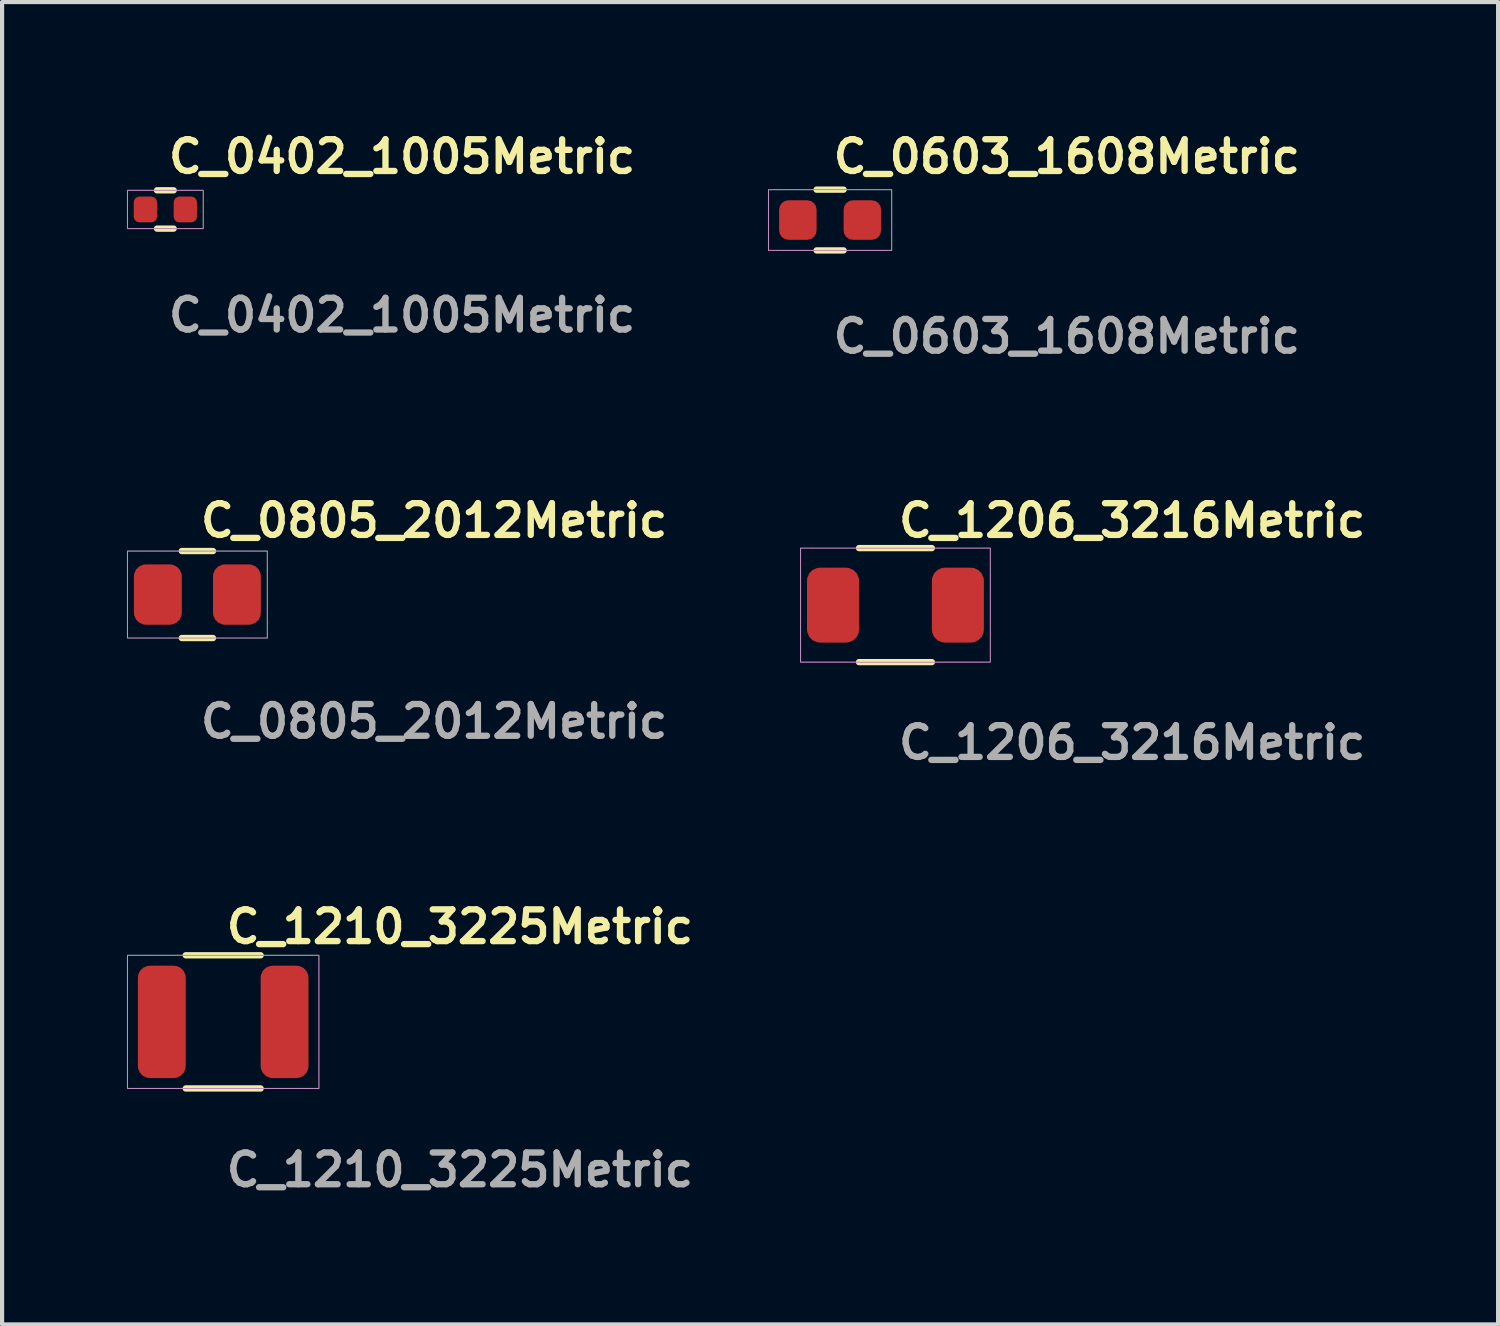
<source format=kicad_pcb>
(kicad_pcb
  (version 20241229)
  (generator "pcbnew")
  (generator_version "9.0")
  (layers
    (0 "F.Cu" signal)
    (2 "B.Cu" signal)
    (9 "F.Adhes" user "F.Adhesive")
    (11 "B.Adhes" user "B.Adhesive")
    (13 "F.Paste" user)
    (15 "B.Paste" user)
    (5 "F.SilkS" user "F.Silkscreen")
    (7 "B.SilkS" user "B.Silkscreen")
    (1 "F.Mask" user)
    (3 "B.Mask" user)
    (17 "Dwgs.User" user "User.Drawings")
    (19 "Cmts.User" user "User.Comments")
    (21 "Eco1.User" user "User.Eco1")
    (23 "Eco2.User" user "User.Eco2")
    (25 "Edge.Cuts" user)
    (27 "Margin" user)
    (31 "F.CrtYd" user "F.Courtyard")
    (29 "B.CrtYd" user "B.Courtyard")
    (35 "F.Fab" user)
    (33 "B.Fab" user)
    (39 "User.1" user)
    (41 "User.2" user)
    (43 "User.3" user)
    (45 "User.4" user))
  (footprint "C_0402_1005Metric"
    (layer "F.Cu")
    (at 0.923 1.983)
    (property "Reference" "C_0402_1005Metric" (at 0 -1.27 0) (unlocked yes) (layer "F.SilkS") (effects (font (size 0.762 0.762) (thickness 0.152)) (justify left)))
    (fp_line (start 0.2 -0.46) (end -0.2 -0.46) (stroke (width 0.152) (type solid)) (layer "F.SilkS"))
    (fp_line (start 0.2 0.46) (end -0.2 0.46) (stroke (width 0.152) (type solid)) (layer "F.SilkS"))
    (fp_rect (start -0.91 -0.46) (end 0.91 0.46) (stroke (width 0.006) (type solid)) (fill no) (layer "F.CrtYd"))
    (fp_rect (start -0.91 -0.46) (end 0.91 0.46) (stroke (width 0.025) (type default)) (fill no) (layer "F.Fab"))
    (fp_text user "${REFERENCE}" (at 0 2.54 0) (unlocked yes) (layer "F.Fab") (effects (font (size 0.762 0.762) (thickness 0.152)) (justify left)))
    (pad "1" smd roundrect (at -0.48 0) (size 0.56 0.62) (layers "F.Cu" "F.Mask" "F.Paste") (roundrect_rratio 0.25))
    (pad "2" smd roundrect (at 0.48 0) (size 0.56 0.62) (layers "F.Cu" "F.Mask" "F.Paste") (roundrect_rratio 0.25)))
  (footprint "C_0805_2012Metric"
    (layer "F.Cu")
    (at 1.693 11.236)
    (property "Reference" "C_0805_2012Metric" (at 0 -1.778 0) (unlocked yes) (layer "F.SilkS") (effects (font (size 0.762 0.762) (thickness 0.152)) (justify left)))
    (fp_line (start 0.375 -1.045) (end -0.375 -1.045) (stroke (width 0.152) (type solid)) (layer "F.SilkS"))
    (fp_line (start 0.375 1.045) (end -0.375 1.045) (stroke (width 0.152) (type solid)) (layer "F.SilkS"))
    (fp_rect (start -1.68 -1.045) (end 1.68 1.045) (stroke (width 0.006) (type solid)) (fill no) (layer "F.CrtYd"))
    (fp_rect (start -1.68 -1.045) (end 1.68 1.045) (stroke (width 0.025) (type default)) (fill no) (layer "F.Fab"))
    (fp_text user "${REFERENCE}" (at 0 3.048 0) (unlocked yes) (layer "F.Fab") (effects (font (size 0.762 0.762) (thickness 0.152)) (justify left)))
    (pad "1" smd roundrect (at -0.95 0) (size 1.15 1.45) (layers "F.Cu" "F.Mask" "F.Paste") (roundrect_rratio 0.25))
    (pad "2" smd roundrect (at 0.95 0) (size 1.15 1.45) (layers "F.Cu" "F.Mask" "F.Paste") (roundrect_rratio 0.25)))
  (footprint "C_1210_3225Metric"
    (layer "F.Cu")
    (at 2.313 21.504)
    (property "Reference" "C_1210_3225Metric" (at 0 -2.286 0) (unlocked yes) (layer "F.SilkS") (effects (font (size 0.762 0.762) (thickness 0.152)) (justify left)))
    (fp_line (start 0.9 -1.6) (end -0.9 -1.6) (stroke (width 0.152) (type solid)) (layer "F.SilkS"))
    (fp_line (start 0.9 1.6) (end -0.9 1.6) (stroke (width 0.152) (type solid)) (layer "F.SilkS"))
    (fp_rect (start -2.3 -1.6) (end 2.3 1.6) (stroke (width 0.006) (type solid)) (fill no) (layer "F.CrtYd"))
    (fp_rect (start -2.3 -1.6) (end 2.3 1.6) (stroke (width 0.025) (type default)) (fill no) (layer "F.Fab"))
    (fp_text user "${REFERENCE}" (at 0 3.556 0) (unlocked yes) (layer "F.Fab") (effects (font (size 0.762 0.762) (thickness 0.152)) (justify left)))
    (pad "1" smd roundrect (at -1.475 0) (size 1.15 2.7) (layers "F.Cu" "F.Mask" "F.Paste") (roundrect_rratio 0.25))
    (pad "2" smd roundrect (at 1.475 0) (size 1.15 2.7) (layers "F.Cu" "F.Mask" "F.Paste") (roundrect_rratio 0.25)))
  (footprint "C_0603_1608Metric"
    (layer "F.Cu")
    (at 16.896 2.237)
    (property "Reference" "C_0603_1608Metric" (at 0 -1.524 0) (unlocked yes) (layer "F.SilkS") (effects (font (size 0.762 0.762) (thickness 0.152)) (justify left)))
    (fp_line (start 0.325 -0.73) (end -0.325 -0.73) (stroke (width 0.152) (type solid)) (layer "F.SilkS"))
    (fp_line (start 0.325 0.73) (end -0.325 0.73) (stroke (width 0.152) (type solid)) (layer "F.SilkS"))
    (fp_rect (start -1.48 -0.73) (end 1.48 0.73) (stroke (width 0.006) (type solid)) (fill no) (layer "F.CrtYd"))
    (fp_rect (start -1.48 -0.73) (end 1.48 0.73) (stroke (width 0.025) (type default)) (fill no) (layer "F.Fab"))
    (fp_text user "${REFERENCE}" (at 0 2.794 0) (unlocked yes) (layer "F.Fab") (effects (font (size 0.762 0.762) (thickness 0.152)) (justify left)))
    (pad "1" smd roundrect (at -0.775 0) (size 0.9 0.95) (layers "F.Cu" "F.Mask" "F.Paste") (roundrect_rratio 0.25))
    (pad "2" smd roundrect (at 0.775 0) (size 0.9 0.95) (layers "F.Cu" "F.Mask" "F.Paste") (roundrect_rratio 0.25)))
  (footprint "C_1206_3216Metric"
    (layer "F.Cu")
    (at 18.466 11.49)
    (property "Reference" "C_1206_3216Metric" (at 0 -2.032 0) (unlocked yes) (layer "F.SilkS") (effects (font (size 0.762 0.762) (thickness 0.152)) (justify left)))
    (fp_line (start 0.875 -1.37) (end -0.875 -1.37) (stroke (width 0.152) (type solid)) (layer "F.SilkS"))
    (fp_line (start 0.875 1.37) (end -0.875 1.37) (stroke (width 0.152) (type solid)) (layer "F.SilkS"))
    (fp_rect (start -2.28 -1.37) (end 2.28 1.37) (stroke (width 0.006) (type solid)) (fill no) (layer "F.CrtYd"))
    (fp_rect (start -2.28 -1.37) (end 2.28 1.37) (stroke (width 0.025) (type default)) (fill no) (layer "F.Fab"))
    (fp_text user "${REFERENCE}" (at 0 3.302 0) (unlocked yes) (layer "F.Fab") (effects (font (size 0.762 0.762) (thickness 0.152)) (justify left)))
    (pad "1" smd roundrect (at -1.5 0) (size 1.25 1.8) (layers "F.Cu" "F.Mask" "F.Paste") (roundrect_rratio 0.25))
    (pad "2" smd roundrect (at 1.5 0) (size 1.25 1.8) (layers "F.Cu" "F.Mask" "F.Paste") (roundrect_rratio 0.25)))
  (gr_rect
    (start -3 -3)
    (end 32.947 28.773)
    (stroke (width 0.1) (type default))
    (fill no)
    (layer "Edge.Cuts")))
</source>
